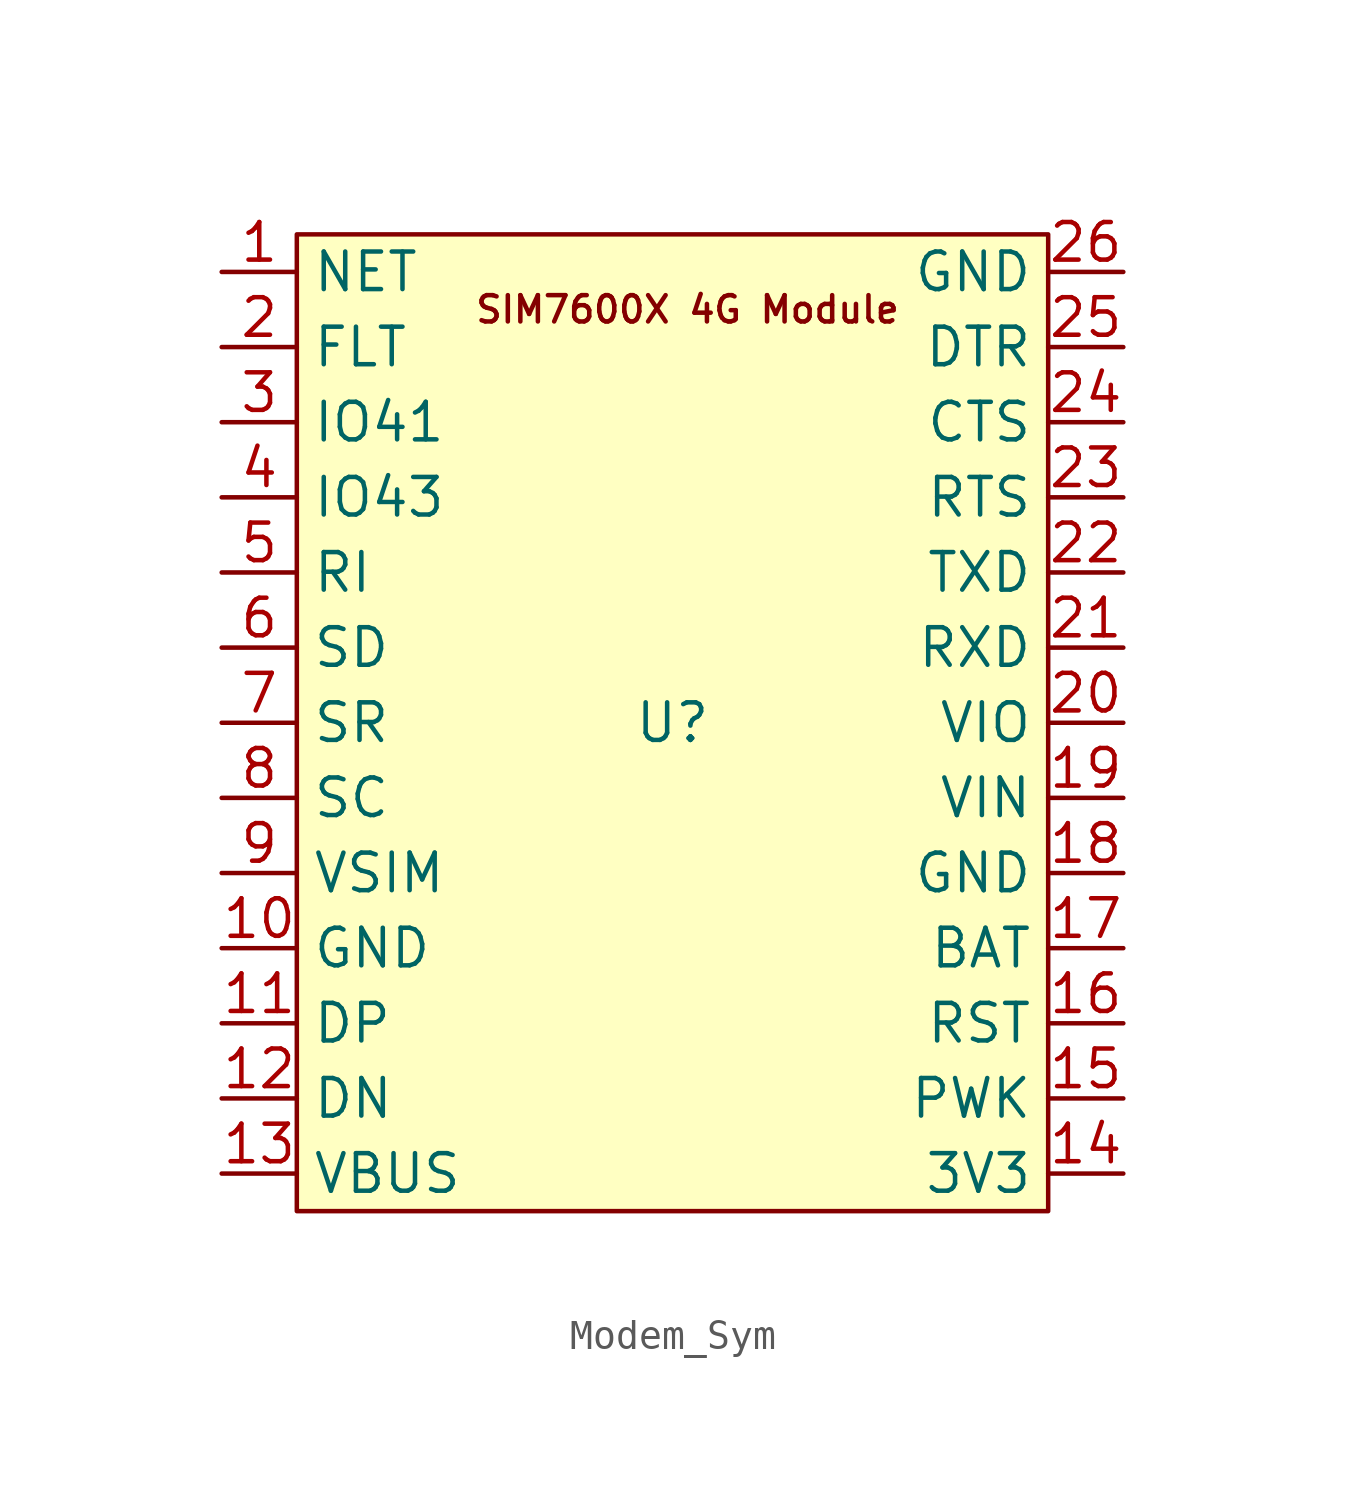
<source format=kicad_sym>
(kicad_symbol_lib
  (version 20241209)
  (generator "kicad_symbol_editor")
  (generator_version "9.0")
  (symbol "Modem_Sym"
    (property "Reference" "U"
      (at 0 0 0)
      (effects (font (size 1.27 1.27))))
    (property "Value" ""
      (at 0 0 0)
      (effects (font (size 1.27 1.27))))
    (symbol "Modem_Sym_1_0"
      (pin bidirectional line (at -15.24 15.24 0) (length 2.54) (name "NET" (effects (font (size 1.27 1.27)))) (number "1" (effects (font (size 1.27 1.27)))))
      (pin bidirectional line (at -15.24 12.7 0) (length 2.54) (name "FLT" (effects (font (size 1.27 1.27)))) (number "2" (effects (font (size 1.27 1.27)))))
      (pin bidirectional line (at -15.24 10.16 0) (length 2.54) (name "IO41" (effects (font (size 1.27 1.27)))) (number "3" (effects (font (size 1.27 1.27)))))
      (pin bidirectional line (at -15.24 7.62 0) (length 2.54) (name "IO43" (effects (font (size 1.27 1.27)))) (number "4" (effects (font (size 1.27 1.27)))))
      (pin bidirectional line (at -15.24 5.08 0) (length 2.54) (name "RI" (effects (font (size 1.27 1.27)))) (number "5" (effects (font (size 1.27 1.27)))))
      (pin bidirectional line (at -15.24 2.54 0) (length 2.54) (name "SD" (effects (font (size 1.27 1.27)))) (number "6" (effects (font (size 1.27 1.27)))))
      (pin bidirectional line (at -15.24 0 0) (length 2.54) (name "SR" (effects (font (size 1.27 1.27)))) (number "7" (effects (font (size 1.27 1.27)))))
      (pin bidirectional line (at -15.24 -2.54 0) (length 2.54) (name "SC" (effects (font (size 1.27 1.27)))) (number "8" (effects (font (size 1.27 1.27)))))
      (pin bidirectional line (at -15.24 -5.08 0) (length 2.54) (name "VSIM" (effects (font (size 1.27 1.27)))) (number "9" (effects (font (size 1.27 1.27)))))
      (pin bidirectional line (at -15.24 -7.62 0) (length 2.54) (name "GND" (effects (font (size 1.27 1.27)))) (number "10" (effects (font (size 1.27 1.27)))))
      (pin bidirectional line (at -15.24 -10.16 0) (length 2.54) (name "DP" (effects (font (size 1.27 1.27)))) (number "11" (effects (font (size 1.27 1.27)))))
      (pin bidirectional line (at -15.24 -12.7 0) (length 2.54) (name "DN" (effects (font (size 1.27 1.27)))) (number "12" (effects (font (size 1.27 1.27)))))
      (pin bidirectional line (at -15.24 -15.24 0) (length 2.54) (name "VBUS" (effects (font (size 1.27 1.27)))) (number "13" (effects (font (size 1.27 1.27)))))
      (pin bidirectional line (at 15.24 15.24 180) (length 2.54) (name "GND" (effects (font (size 1.27 1.27)))) (number "26" (effects (font (size 1.27 1.27)))))
      (pin bidirectional line (at 15.24 12.7 180) (length 2.54) (name "DTR" (effects (font (size 1.27 1.27)))) (number "25" (effects (font (size 1.27 1.27)))))
      (pin bidirectional line (at 15.24 10.16 180) (length 2.54) (name "CTS" (effects (font (size 1.27 1.27)))) (number "24" (effects (font (size 1.27 1.27)))))
      (pin bidirectional line (at 15.24 7.62 180) (length 2.54) (name "RTS" (effects (font (size 1.27 1.27)))) (number "23" (effects (font (size 1.27 1.27)))))
      (pin bidirectional line (at 15.24 5.08 180) (length 2.54) (name "TXD" (effects (font (size 1.27 1.27)))) (number "22" (effects (font (size 1.27 1.27)))))
      (pin bidirectional line (at 15.24 2.54 180) (length 2.54) (name "RXD" (effects (font (size 1.27 1.27)))) (number "21" (effects (font (size 1.27 1.27)))))
      (pin bidirectional line (at 15.24 0 180) (length 2.54) (name "VIO" (effects (font (size 1.27 1.27)))) (number "20" (effects (font (size 1.27 1.27)))))
      (pin bidirectional line (at 15.24 -2.54 180) (length 2.54) (name "VIN" (effects (font (size 1.27 1.27)))) (number "19" (effects (font (size 1.27 1.27)))))
      (pin bidirectional line (at 15.24 -5.08 180) (length 2.54) (name "GND" (effects (font (size 1.27 1.27)))) (number "18" (effects (font (size 1.27 1.27)))))
      (pin bidirectional line (at 15.24 -7.62 180) (length 2.54) (name "BAT" (effects (font (size 1.27 1.27)))) (number "17" (effects (font (size 1.27 1.27)))))
      (pin bidirectional line (at 15.24 -10.16 180) (length 2.54) (name "RST" (effects (font (size 1.27 1.27)))) (number "16" (effects (font (size 1.27 1.27)))))
      (pin bidirectional line (at 15.24 -12.7 180) (length 2.54) (name "PWK" (effects (font (size 1.27 1.27)))) (number "15" (effects (font (size 1.27 1.27)))))
      (pin bidirectional line (at 15.24 -15.24 180) (length 2.54) (name "3V3" (effects (font (size 1.27 1.27)))) (number "14" (effects (font (size 1.27 1.27))))))
    (symbol "Modem_Sym_1_1"
      (rectangle (start -12.7 16.51) (end 12.7 -16.51) (stroke (width 0) (type solid)) (fill (type background)))
      (text "SIM7600X 4G Module" (at 0.508 13.97 0) (effects (font (size 0.889 0.889)))))))
</source>
